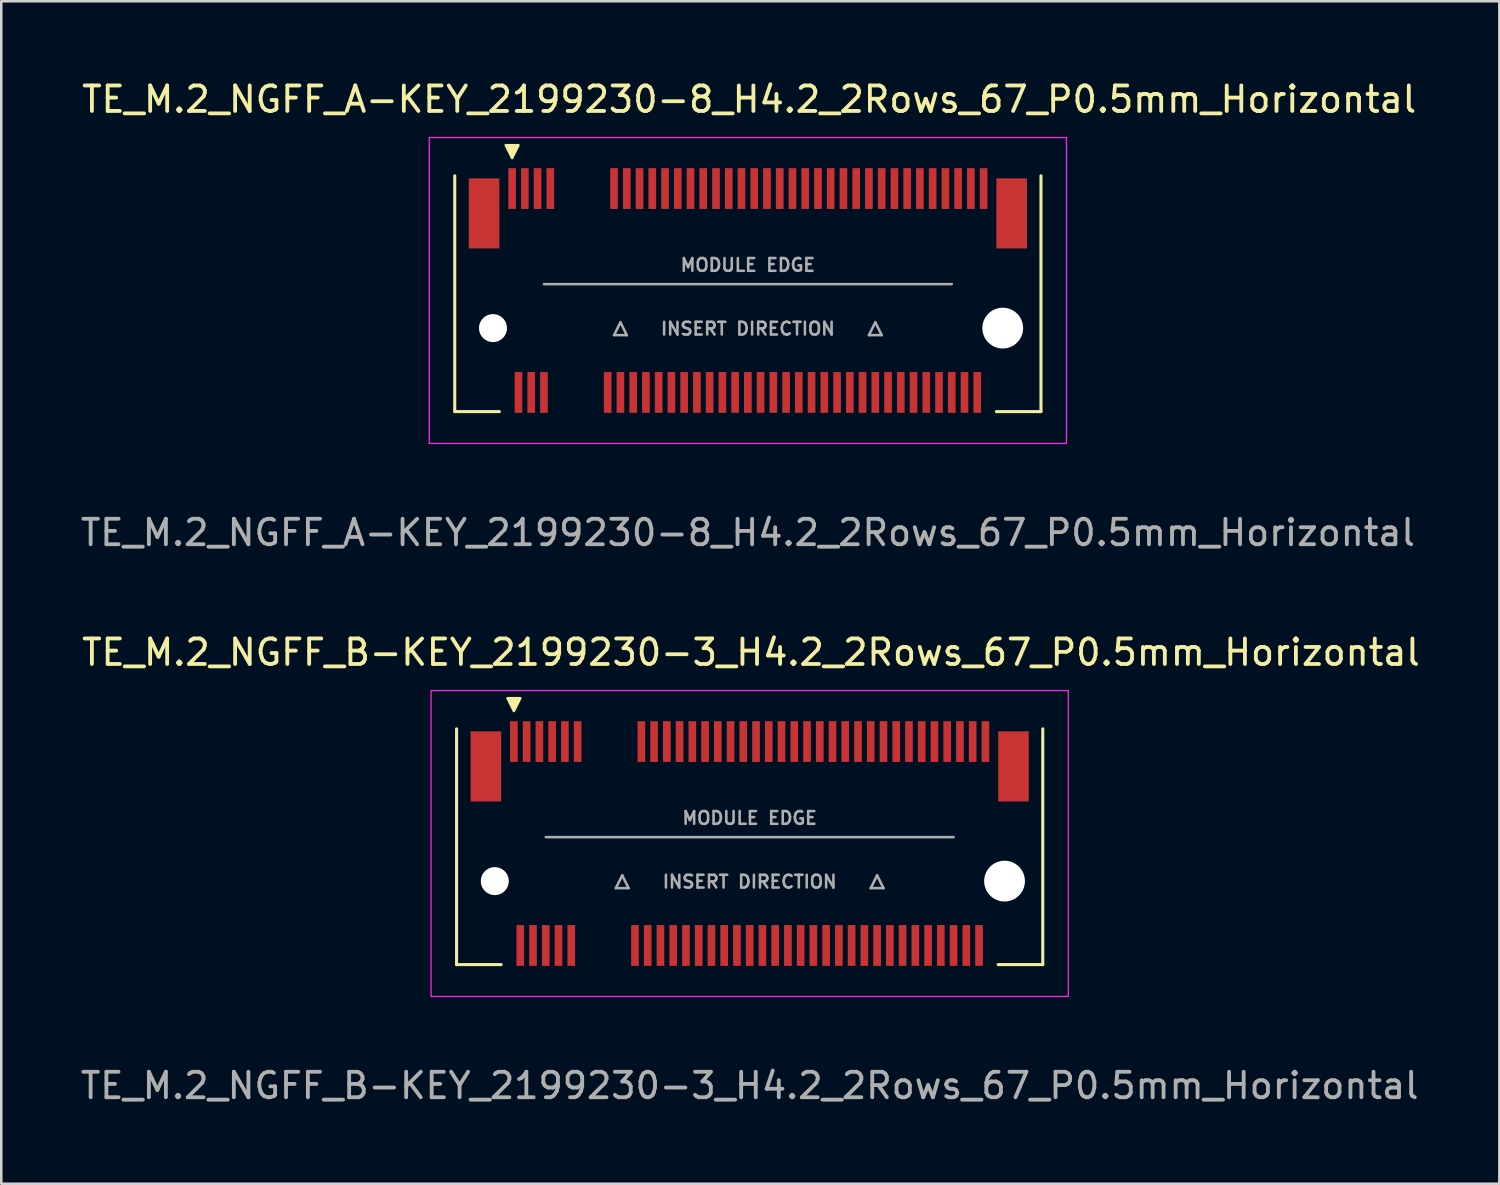
<source format=kicad_pcb>
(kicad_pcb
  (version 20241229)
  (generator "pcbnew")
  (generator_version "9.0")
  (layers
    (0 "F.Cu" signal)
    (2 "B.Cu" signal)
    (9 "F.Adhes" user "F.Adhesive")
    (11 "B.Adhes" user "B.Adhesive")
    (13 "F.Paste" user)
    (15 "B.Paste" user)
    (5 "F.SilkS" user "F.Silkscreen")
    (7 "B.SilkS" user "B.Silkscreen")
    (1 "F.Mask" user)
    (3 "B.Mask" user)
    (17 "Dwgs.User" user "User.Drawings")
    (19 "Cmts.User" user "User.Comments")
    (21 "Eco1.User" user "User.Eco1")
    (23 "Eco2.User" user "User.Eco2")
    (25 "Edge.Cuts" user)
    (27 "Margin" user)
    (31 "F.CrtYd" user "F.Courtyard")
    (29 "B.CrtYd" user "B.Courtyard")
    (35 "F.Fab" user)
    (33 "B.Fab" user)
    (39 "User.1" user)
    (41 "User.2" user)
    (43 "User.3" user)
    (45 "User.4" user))
  (footprint "TE_M.2_NGFF_A-KEY_2199230-8_H4.2_2Rows_67_P0.5mm_Horizontal"
    (layer "F.Cu")
    (at 26.292 8.348)
    (property "Reference" "TE_M.2_NGFF_A-KEY_2199230-8_H4.2_2Rows_67_P0.5mm_Horizontal" (at 0.05 -7.5 0) (layer "F.SilkS") (effects (font (size 1 1) (thickness 0.15))))
    (attr smd)
    (fp_line (start -11.5 4.75) (end -11.5 -4.5) (stroke (width 0.12) (type solid)) (layer "F.SilkS"))
    (fp_line (start -9.75 4.75) (end -11.5 4.75) (stroke (width 0.12) (type solid)) (layer "F.SilkS"))
    (fp_line (start 11.5 4.75) (end 9.75 4.75) (stroke (width 0.12) (type solid)) (layer "F.SilkS"))
    (fp_line (start 11.5 4.75) (end 11.5 -4.5) (stroke (width 0.12) (type solid)) (layer "F.SilkS"))
    (fp_poly (pts (xy -9.25 -5.2) (xy -9.5 -5.7) (xy -9 -5.7)) (stroke (width 0.1) (type solid)) (fill yes) (layer "F.SilkS"))
    (fp_line (start -12.5 -6) (end -12.5 6) (stroke (width 0.05) (type solid)) (layer "F.CrtYd"))
    (fp_line (start -12.5 6) (end 12.5 6) (stroke (width 0.05) (type solid)) (layer "F.CrtYd"))
    (fp_line (start 12.5 -6) (end -12.5 -6) (stroke (width 0.05) (type solid)) (layer "F.CrtYd"))
    (fp_line (start 12.5 6) (end 12.5 -6) (stroke (width 0.05) (type solid)) (layer "F.CrtYd"))
    (fp_line (start -5.25 1.75) (end -4.75 1.75) (stroke (width 0.1) (type solid)) (layer "F.Fab"))
    (fp_line (start -5 1.25) (end -5.25 1.75) (stroke (width 0.1) (type solid)) (layer "F.Fab"))
    (fp_line (start -4.75 1.75) (end -5 1.25) (stroke (width 0.1) (type solid)) (layer "F.Fab"))
    (fp_line (start 4.75 1.75) (end 5.25 1.75) (stroke (width 0.1) (type solid)) (layer "F.Fab"))
    (fp_line (start 5 1.25) (end 4.75 1.75) (stroke (width 0.1) (type solid)) (layer "F.Fab"))
    (fp_line (start 5.25 1.75) (end 5 1.25) (stroke (width 0.1) (type solid)) (layer "F.Fab"))
    (fp_line (start 8 -0.25) (end -8 -0.25) (stroke (width 0.1) (type solid)) (layer "F.Fab"))
    (fp_text user "MODULE EDGE" (at 0 -1 0) (layer "F.Fab") (effects (font (size 0.5 0.5) (thickness 0.1))))
    (fp_text user "INSERT DIRECTION" (at 0 1.5 0) (layer "F.Fab") (effects (font (size 0.5 0.5) (thickness 0.1))))
    (fp_text user "${REFERENCE}" (at 0 9.5 0) (layer "F.Fab") (effects (font (size 1 1) (thickness 0.15))))
    (pad "" smd rect (at -10.35 -3.025) (size 1.2 2.75) (layers "F.Cu" "F.Mask" "F.Paste"))
    (pad "" np_thru_hole circle (at -10 1.475) (size 1.1 1.1) (drill 1.1) (layers "*.Cu" "*.Mask"))
    (pad "" np_thru_hole circle (at 10 1.475) (size 1.6 1.6) (drill 1.6) (layers "*.Cu" "*.Mask"))
    (pad "" smd rect (at 10.35 -3.025) (size 1.2 2.75) (layers "F.Cu" "F.Mask" "F.Paste"))
    (pad "1" smd rect (at -9.25 -4) (size 0.3 1.6) (layers "F.Cu" "F.Mask" "F.Paste"))
    (pad "2" smd rect (at -9 4) (size 0.3 1.6) (layers "F.Cu" "F.Mask" "F.Paste"))
    (pad "3" smd rect (at -8.75 -4) (size 0.3 1.6) (layers "F.Cu" "F.Mask" "F.Paste"))
    (pad "4" smd rect (at -8.5 4) (size 0.3 1.6) (layers "F.Cu" "F.Mask" "F.Paste"))
    (pad "5" smd rect (at -8.25 -4) (size 0.3 1.6) (layers "F.Cu" "F.Mask" "F.Paste"))
    (pad "6" smd rect (at -8 4) (size 0.3 1.6) (layers "F.Cu" "F.Mask" "F.Paste"))
    (pad "7" smd rect (at -7.75 -4) (size 0.3 1.6) (layers "F.Cu" "F.Mask" "F.Paste"))
    (pad "16" smd rect (at -5.5 4) (size 0.3 1.6) (layers "F.Cu" "F.Mask" "F.Paste"))
    (pad "17" smd rect (at -5.25 -4) (size 0.3 1.6) (layers "F.Cu" "F.Mask" "F.Paste"))
    (pad "18" smd rect (at -5 4) (size 0.3 1.6) (layers "F.Cu" "F.Mask" "F.Paste"))
    (pad "19" smd rect (at -4.75 -4) (size 0.3 1.6) (layers "F.Cu" "F.Mask" "F.Paste"))
    (pad "20" smd rect (at -4.5 4) (size 0.3 1.6) (layers "F.Cu" "F.Mask" "F.Paste"))
    (pad "21" smd rect (at -4.25 -4) (size 0.3 1.6) (layers "F.Cu" "F.Mask" "F.Paste"))
    (pad "22" smd rect (at -4 4) (size 0.3 1.6) (layers "F.Cu" "F.Mask" "F.Paste"))
    (pad "23" smd rect (at -3.75 -4) (size 0.3 1.6) (layers "F.Cu" "F.Mask" "F.Paste"))
    (pad "24" smd rect (at -3.5 4) (size 0.3 1.6) (layers "F.Cu" "F.Mask" "F.Paste"))
    (pad "25" smd rect (at -3.25 -4) (size 0.3 1.6) (layers "F.Cu" "F.Mask" "F.Paste"))
    (pad "26" smd rect (at -3 4) (size 0.3 1.6) (layers "F.Cu" "F.Mask" "F.Paste"))
    (pad "27" smd rect (at -2.75 -4) (size 0.3 1.6) (layers "F.Cu" "F.Mask" "F.Paste"))
    (pad "28" smd rect (at -2.5 4) (size 0.3 1.6) (layers "F.Cu" "F.Mask" "F.Paste"))
    (pad "29" smd rect (at -2.25 -4) (size 0.3 1.6) (layers "F.Cu" "F.Mask" "F.Paste"))
    (pad "30" smd rect (at -2 4) (size 0.3 1.6) (layers "F.Cu" "F.Mask" "F.Paste"))
    (pad "31" smd rect (at -1.75 -4) (size 0.3 1.6) (layers "F.Cu" "F.Mask" "F.Paste"))
    (pad "32" smd rect (at -1.5 4) (size 0.3 1.6) (layers "F.Cu" "F.Mask" "F.Paste"))
    (pad "33" smd rect (at -1.25 -4) (size 0.3 1.6) (layers "F.Cu" "F.Mask" "F.Paste"))
    (pad "34" smd rect (at -1 4) (size 0.3 1.6) (layers "F.Cu" "F.Mask" "F.Paste"))
    (pad "35" smd rect (at -0.75 -4) (size 0.3 1.6) (layers "F.Cu" "F.Mask" "F.Paste"))
    (pad "36" smd rect (at -0.5 4) (size 0.3 1.6) (layers "F.Cu" "F.Mask" "F.Paste"))
    (pad "37" smd rect (at -0.25 -4) (size 0.3 1.6) (layers "F.Cu" "F.Mask" "F.Paste"))
    (pad "38" smd rect (at 0 4) (size 0.3 1.6) (layers "F.Cu" "F.Mask" "F.Paste"))
    (pad "39" smd rect (at 0.25 -4) (size 0.3 1.6) (layers "F.Cu" "F.Mask" "F.Paste"))
    (pad "40" smd rect (at 0.5 4) (size 0.3 1.6) (layers "F.Cu" "F.Mask" "F.Paste"))
    (pad "41" smd rect (at 0.75 -4) (size 0.3 1.6) (layers "F.Cu" "F.Mask" "F.Paste"))
    (pad "42" smd rect (at 1 4) (size 0.3 1.6) (layers "F.Cu" "F.Mask" "F.Paste"))
    (pad "43" smd rect (at 1.25 -4) (size 0.3 1.6) (layers "F.Cu" "F.Mask" "F.Paste"))
    (pad "44" smd rect (at 1.5 4) (size 0.3 1.6) (layers "F.Cu" "F.Mask" "F.Paste"))
    (pad "45" smd rect (at 1.75 -4) (size 0.3 1.6) (layers "F.Cu" "F.Mask" "F.Paste"))
    (pad "46" smd rect (at 2 4) (size 0.3 1.6) (layers "F.Cu" "F.Mask" "F.Paste"))
    (pad "47" smd rect (at 2.25 -4) (size 0.3 1.6) (layers "F.Cu" "F.Mask" "F.Paste"))
    (pad "48" smd rect (at 2.5 4) (size 0.3 1.6) (layers "F.Cu" "F.Mask" "F.Paste"))
    (pad "49" smd rect (at 2.75 -4) (size 0.3 1.6) (layers "F.Cu" "F.Mask" "F.Paste"))
    (pad "50" smd rect (at 3 4) (size 0.3 1.6) (layers "F.Cu" "F.Mask" "F.Paste"))
    (pad "51" smd rect (at 3.25 -4) (size 0.3 1.6) (layers "F.Cu" "F.Mask" "F.Paste"))
    (pad "52" smd rect (at 3.5 4) (size 0.3 1.6) (layers "F.Cu" "F.Mask" "F.Paste"))
    (pad "53" smd rect (at 3.75 -4) (size 0.3 1.6) (layers "F.Cu" "F.Mask" "F.Paste"))
    (pad "54" smd rect (at 4 4) (size 0.3 1.6) (layers "F.Cu" "F.Mask" "F.Paste"))
    (pad "55" smd rect (at 4.25 -4) (size 0.3 1.6) (layers "F.Cu" "F.Mask" "F.Paste"))
    (pad "56" smd rect (at 4.5 4) (size 0.3 1.6) (layers "F.Cu" "F.Mask" "F.Paste"))
    (pad "57" smd rect (at 4.75 -4) (size 0.3 1.6) (layers "F.Cu" "F.Mask" "F.Paste"))
    (pad "58" smd rect (at 5 4) (size 0.3 1.6) (layers "F.Cu" "F.Mask" "F.Paste"))
    (pad "59" smd rect (at 5.25 -4) (size 0.3 1.6) (layers "F.Cu" "F.Mask" "F.Paste"))
    (pad "60" smd rect (at 5.5 4) (size 0.3 1.6) (layers "F.Cu" "F.Mask" "F.Paste"))
    (pad "61" smd rect (at 5.75 -4) (size 0.3 1.6) (layers "F.Cu" "F.Mask" "F.Paste"))
    (pad "62" smd rect (at 6 4) (size 0.3 1.6) (layers "F.Cu" "F.Mask" "F.Paste"))
    (pad "63" smd rect (at 6.25 -4) (size 0.3 1.6) (layers "F.Cu" "F.Mask" "F.Paste"))
    (pad "64" smd rect (at 6.5 4) (size 0.3 1.6) (layers "F.Cu" "F.Mask" "F.Paste"))
    (pad "65" smd rect (at 6.75 -4) (size 0.3 1.6) (layers "F.Cu" "F.Mask" "F.Paste"))
    (pad "66" smd rect (at 7 4) (size 0.3 1.6) (layers "F.Cu" "F.Mask" "F.Paste"))
    (pad "67" smd rect (at 7.25 -4) (size 0.3 1.6) (layers "F.Cu" "F.Mask" "F.Paste"))
    (pad "68" smd rect (at 7.5 4) (size 0.3 1.6) (layers "F.Cu" "F.Mask" "F.Paste"))
    (pad "69" smd rect (at 7.75 -4) (size 0.3 1.6) (layers "F.Cu" "F.Mask" "F.Paste"))
    (pad "70" smd rect (at 8 4) (size 0.3 1.6) (layers "F.Cu" "F.Mask" "F.Paste"))
    (pad "71" smd rect (at 8.25 -4) (size 0.3 1.6) (layers "F.Cu" "F.Mask" "F.Paste"))
    (pad "72" smd rect (at 8.5 4) (size 0.3 1.6) (layers "F.Cu" "F.Mask" "F.Paste"))
    (pad "73" smd rect (at 8.75 -4) (size 0.3 1.6) (layers "F.Cu" "F.Mask" "F.Paste"))
    (pad "74" smd rect (at 9 4) (size 0.3 1.6) (layers "F.Cu" "F.Mask" "F.Paste"))
    (pad "75" smd rect (at 9.25 -4) (size 0.3 1.6) (layers "F.Cu" "F.Mask" "F.Paste")))
  (footprint "TE_M.2_NGFF_B-KEY_2199230-3_H4.2_2Rows_67_P0.5mm_Horizontal"
    (layer "F.Cu")
    (at 26.363 30.045)
    (property "Reference" "TE_M.2_NGFF_B-KEY_2199230-3_H4.2_2Rows_67_P0.5mm_Horizontal" (at 0.05 -7.5 0) (layer "F.SilkS") (effects (font (size 1 1) (thickness 0.15))))
    (attr smd)
    (fp_line (start -11.5 4.75) (end -11.5 -4.5) (stroke (width 0.12) (type solid)) (layer "F.SilkS"))
    (fp_line (start -9.75 4.75) (end -11.5 4.75) (stroke (width 0.12) (type solid)) (layer "F.SilkS"))
    (fp_line (start 11.5 4.75) (end 9.75 4.75) (stroke (width 0.12) (type solid)) (layer "F.SilkS"))
    (fp_line (start 11.5 4.75) (end 11.5 -4.5) (stroke (width 0.12) (type solid)) (layer "F.SilkS"))
    (fp_poly (pts (xy -9.25 -5.2) (xy -9.5 -5.7) (xy -9 -5.7)) (stroke (width 0.1) (type solid)) (fill yes) (layer "F.SilkS"))
    (fp_line (start -12.5 -6) (end -12.5 6) (stroke (width 0.05) (type solid)) (layer "F.CrtYd"))
    (fp_line (start -12.5 6) (end 12.5 6) (stroke (width 0.05) (type solid)) (layer "F.CrtYd"))
    (fp_line (start 12.5 -6) (end -12.5 -6) (stroke (width 0.05) (type solid)) (layer "F.CrtYd"))
    (fp_line (start 12.5 6) (end 12.5 -6) (stroke (width 0.05) (type solid)) (layer "F.CrtYd"))
    (fp_line (start -5.25 1.75) (end -4.75 1.75) (stroke (width 0.1) (type solid)) (layer "F.Fab"))
    (fp_line (start -5 1.25) (end -5.25 1.75) (stroke (width 0.1) (type solid)) (layer "F.Fab"))
    (fp_line (start -4.75 1.75) (end -5 1.25) (stroke (width 0.1) (type solid)) (layer "F.Fab"))
    (fp_line (start 4.75 1.75) (end 5.25 1.75) (stroke (width 0.1) (type solid)) (layer "F.Fab"))
    (fp_line (start 5 1.25) (end 4.75 1.75) (stroke (width 0.1) (type solid)) (layer "F.Fab"))
    (fp_line (start 5.25 1.75) (end 5 1.25) (stroke (width 0.1) (type solid)) (layer "F.Fab"))
    (fp_line (start 8 -0.25) (end -8 -0.25) (stroke (width 0.1) (type solid)) (layer "F.Fab"))
    (fp_text user "MODULE EDGE" (at 0 -1 0) (layer "F.Fab") (effects (font (size 0.5 0.5) (thickness 0.1))))
    (fp_text user "${REFERENCE}" (at 0 9.5 0) (layer "F.Fab") (effects (font (size 1 1) (thickness 0.15))))
    (fp_text user "INSERT DIRECTION" (at 0 1.5 0) (layer "F.Fab") (effects (font (size 0.5 0.5) (thickness 0.1))))
    (pad "" smd rect (at -10.35 -3.025) (size 1.2 2.75) (layers "F.Cu" "F.Mask" "F.Paste"))
    (pad "" np_thru_hole circle (at -10 1.475) (size 1.1 1.1) (drill 1.1) (layers "*.Cu" "*.Mask"))
    (pad "" np_thru_hole circle (at 10 1.475) (size 1.6 1.6) (drill 1.6) (layers "*.Cu" "*.Mask"))
    (pad "" smd rect (at 10.35 -3.025) (size 1.2 2.75) (layers "F.Cu" "F.Mask" "F.Paste"))
    (pad "1" smd rect (at -9.25 -4) (size 0.3 1.6) (layers "F.Cu" "F.Mask" "F.Paste"))
    (pad "2" smd rect (at -9 4) (size 0.3 1.6) (layers "F.Cu" "F.Mask" "F.Paste"))
    (pad "3" smd rect (at -8.75 -4) (size 0.3 1.6) (layers "F.Cu" "F.Mask" "F.Paste"))
    (pad "4" smd rect (at -8.5 4) (size 0.3 1.6) (layers "F.Cu" "F.Mask" "F.Paste"))
    (pad "5" smd rect (at -8.25 -4) (size 0.3 1.6) (layers "F.Cu" "F.Mask" "F.Paste"))
    (pad "6" smd rect (at -8 4) (size 0.3 1.6) (layers "F.Cu" "F.Mask" "F.Paste"))
    (pad "7" smd rect (at -7.75 -4) (size 0.3 1.6) (layers "F.Cu" "F.Mask" "F.Paste"))
    (pad "8" smd rect (at -7.5 4) (size 0.3 1.6) (layers "F.Cu" "F.Mask" "F.Paste"))
    (pad "9" smd rect (at -7.25 -4) (size 0.3 1.6) (layers "F.Cu" "F.Mask" "F.Paste"))
    (pad "10" smd rect (at -7 4) (size 0.3 1.6) (layers "F.Cu" "F.Mask" "F.Paste"))
    (pad "11" smd rect (at -6.75 -4) (size 0.3 1.6) (layers "F.Cu" "F.Mask" "F.Paste"))
    (pad "20" smd rect (at -4.5 4) (size 0.3 1.6) (layers "F.Cu" "F.Mask" "F.Paste"))
    (pad "21" smd rect (at -4.25 -4) (size 0.3 1.6) (layers "F.Cu" "F.Mask" "F.Paste"))
    (pad "22" smd rect (at -4 4) (size 0.3 1.6) (layers "F.Cu" "F.Mask" "F.Paste"))
    (pad "23" smd rect (at -3.75 -4) (size 0.3 1.6) (layers "F.Cu" "F.Mask" "F.Paste"))
    (pad "24" smd rect (at -3.5 4) (size 0.3 1.6) (layers "F.Cu" "F.Mask" "F.Paste"))
    (pad "25" smd rect (at -3.25 -4) (size 0.3 1.6) (layers "F.Cu" "F.Mask" "F.Paste"))
    (pad "26" smd rect (at -3 4) (size 0.3 1.6) (layers "F.Cu" "F.Mask" "F.Paste"))
    (pad "27" smd rect (at -2.75 -4) (size 0.3 1.6) (layers "F.Cu" "F.Mask" "F.Paste"))
    (pad "28" smd rect (at -2.5 4) (size 0.3 1.6) (layers "F.Cu" "F.Mask" "F.Paste"))
    (pad "29" smd rect (at -2.25 -4) (size 0.3 1.6) (layers "F.Cu" "F.Mask" "F.Paste"))
    (pad "30" smd rect (at -2 4) (size 0.3 1.6) (layers "F.Cu" "F.Mask" "F.Paste"))
    (pad "31" smd rect (at -1.75 -4) (size 0.3 1.6) (layers "F.Cu" "F.Mask" "F.Paste"))
    (pad "32" smd rect (at -1.5 4) (size 0.3 1.6) (layers "F.Cu" "F.Mask" "F.Paste"))
    (pad "33" smd rect (at -1.25 -4) (size 0.3 1.6) (layers "F.Cu" "F.Mask" "F.Paste"))
    (pad "34" smd rect (at -1 4) (size 0.3 1.6) (layers "F.Cu" "F.Mask" "F.Paste"))
    (pad "35" smd rect (at -0.75 -4) (size 0.3 1.6) (layers "F.Cu" "F.Mask" "F.Paste"))
    (pad "36" smd rect (at -0.5 4) (size 0.3 1.6) (layers "F.Cu" "F.Mask" "F.Paste"))
    (pad "37" smd rect (at -0.25 -4) (size 0.3 1.6) (layers "F.Cu" "F.Mask" "F.Paste"))
    (pad "38" smd rect (at 0 4) (size 0.3 1.6) (layers "F.Cu" "F.Mask" "F.Paste"))
    (pad "39" smd rect (at 0.25 -4) (size 0.3 1.6) (layers "F.Cu" "F.Mask" "F.Paste"))
    (pad "40" smd rect (at 0.5 4) (size 0.3 1.6) (layers "F.Cu" "F.Mask" "F.Paste"))
    (pad "41" smd rect (at 0.75 -4) (size 0.3 1.6) (layers "F.Cu" "F.Mask" "F.Paste"))
    (pad "42" smd rect (at 1 4) (size 0.3 1.6) (layers "F.Cu" "F.Mask" "F.Paste"))
    (pad "43" smd rect (at 1.25 -4) (size 0.3 1.6) (layers "F.Cu" "F.Mask" "F.Paste"))
    (pad "44" smd rect (at 1.5 4) (size 0.3 1.6) (layers "F.Cu" "F.Mask" "F.Paste"))
    (pad "45" smd rect (at 1.75 -4) (size 0.3 1.6) (layers "F.Cu" "F.Mask" "F.Paste"))
    (pad "46" smd rect (at 2 4) (size 0.3 1.6) (layers "F.Cu" "F.Mask" "F.Paste"))
    (pad "47" smd rect (at 2.25 -4) (size 0.3 1.6) (layers "F.Cu" "F.Mask" "F.Paste"))
    (pad "48" smd rect (at 2.5 4) (size 0.3 1.6) (layers "F.Cu" "F.Mask" "F.Paste"))
    (pad "49" smd rect (at 2.75 -4) (size 0.3 1.6) (layers "F.Cu" "F.Mask" "F.Paste"))
    (pad "50" smd rect (at 3 4) (size 0.3 1.6) (layers "F.Cu" "F.Mask" "F.Paste"))
    (pad "51" smd rect (at 3.25 -4) (size 0.3 1.6) (layers "F.Cu" "F.Mask" "F.Paste"))
    (pad "52" smd rect (at 3.5 4) (size 0.3 1.6) (layers "F.Cu" "F.Mask" "F.Paste"))
    (pad "53" smd rect (at 3.75 -4) (size 0.3 1.6) (layers "F.Cu" "F.Mask" "F.Paste"))
    (pad "54" smd rect (at 4 4) (size 0.3 1.6) (layers "F.Cu" "F.Mask" "F.Paste"))
    (pad "55" smd rect (at 4.25 -4) (size 0.3 1.6) (layers "F.Cu" "F.Mask" "F.Paste"))
    (pad "56" smd rect (at 4.5 4) (size 0.3 1.6) (layers "F.Cu" "F.Mask" "F.Paste"))
    (pad "57" smd rect (at 4.75 -4) (size 0.3 1.6) (layers "F.Cu" "F.Mask" "F.Paste"))
    (pad "58" smd rect (at 5 4) (size 0.3 1.6) (layers "F.Cu" "F.Mask" "F.Paste"))
    (pad "59" smd rect (at 5.25 -4) (size 0.3 1.6) (layers "F.Cu" "F.Mask" "F.Paste"))
    (pad "60" smd rect (at 5.5 4) (size 0.3 1.6) (layers "F.Cu" "F.Mask" "F.Paste"))
    (pad "61" smd rect (at 5.75 -4) (size 0.3 1.6) (layers "F.Cu" "F.Mask" "F.Paste"))
    (pad "62" smd rect (at 6 4) (size 0.3 1.6) (layers "F.Cu" "F.Mask" "F.Paste"))
    (pad "63" smd rect (at 6.25 -4) (size 0.3 1.6) (layers "F.Cu" "F.Mask" "F.Paste"))
    (pad "64" smd rect (at 6.5 4) (size 0.3 1.6) (layers "F.Cu" "F.Mask" "F.Paste"))
    (pad "65" smd rect (at 6.75 -4) (size 0.3 1.6) (layers "F.Cu" "F.Mask" "F.Paste"))
    (pad "66" smd rect (at 7 4) (size 0.3 1.6) (layers "F.Cu" "F.Mask" "F.Paste"))
    (pad "67" smd rect (at 7.25 -4) (size 0.3 1.6) (layers "F.Cu" "F.Mask" "F.Paste"))
    (pad "68" smd rect (at 7.5 4) (size 0.3 1.6) (layers "F.Cu" "F.Mask" "F.Paste"))
    (pad "69" smd rect (at 7.75 -4) (size 0.3 1.6) (layers "F.Cu" "F.Mask" "F.Paste"))
    (pad "70" smd rect (at 8 4) (size 0.3 1.6) (layers "F.Cu" "F.Mask" "F.Paste"))
    (pad "71" smd rect (at 8.25 -4) (size 0.3 1.6) (layers "F.Cu" "F.Mask" "F.Paste"))
    (pad "72" smd rect (at 8.5 4) (size 0.3 1.6) (layers "F.Cu" "F.Mask" "F.Paste"))
    (pad "73" smd rect (at 8.75 -4) (size 0.3 1.6) (layers "F.Cu" "F.Mask" "F.Paste"))
    (pad "74" smd rect (at 9 4) (size 0.3 1.6) (layers "F.Cu" "F.Mask" "F.Paste"))
    (pad "75" smd rect (at 9.25 -4) (size 0.3 1.6) (layers "F.Cu" "F.Mask" "F.Paste")))
  (gr_rect
    (start -3 -3)
    (end 55.776 43.393)
    (stroke (width 0.1) (type default))
    (fill no)
    (layer "Edge.Cuts")))
</source>
